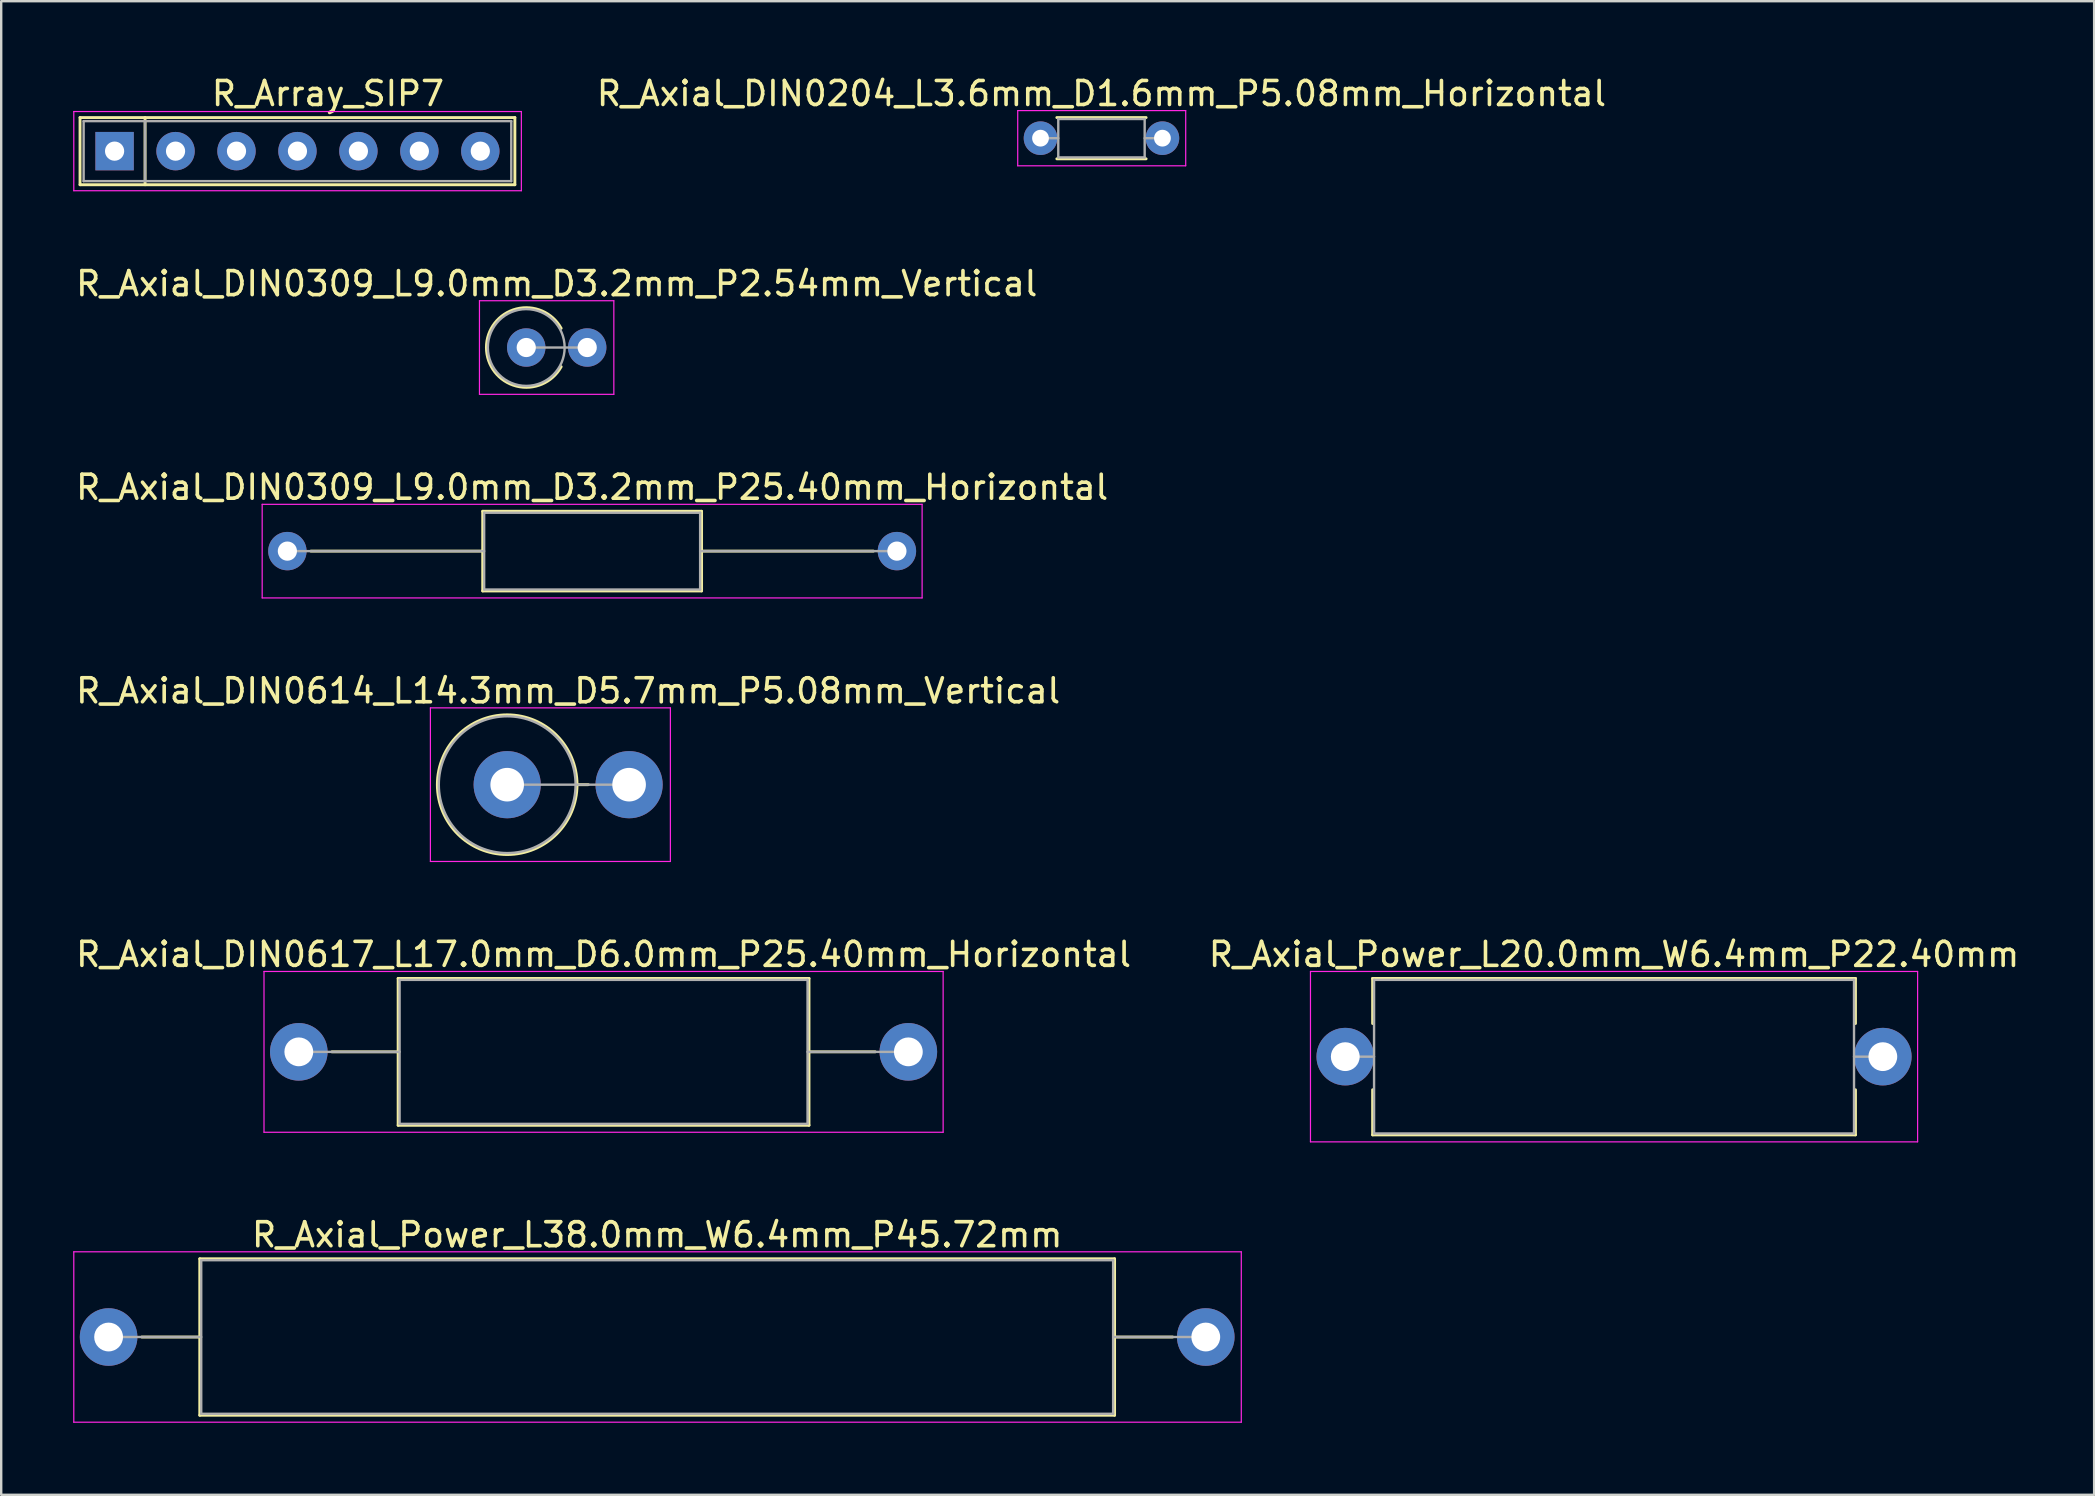
<source format=kicad_pcb>
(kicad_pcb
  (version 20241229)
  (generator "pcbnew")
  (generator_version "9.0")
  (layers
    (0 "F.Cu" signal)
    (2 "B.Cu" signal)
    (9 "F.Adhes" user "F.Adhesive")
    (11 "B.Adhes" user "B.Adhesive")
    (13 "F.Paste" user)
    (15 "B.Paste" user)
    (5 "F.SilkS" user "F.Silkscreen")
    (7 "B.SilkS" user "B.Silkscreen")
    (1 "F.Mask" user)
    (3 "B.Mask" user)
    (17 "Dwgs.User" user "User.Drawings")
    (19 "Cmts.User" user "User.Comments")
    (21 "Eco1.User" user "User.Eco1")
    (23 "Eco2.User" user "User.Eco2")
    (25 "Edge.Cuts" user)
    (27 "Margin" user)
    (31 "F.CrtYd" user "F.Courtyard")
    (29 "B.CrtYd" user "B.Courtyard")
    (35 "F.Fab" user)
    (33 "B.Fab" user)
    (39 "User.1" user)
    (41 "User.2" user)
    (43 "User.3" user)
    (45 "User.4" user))
  (footprint "R_Axial_Power_L20.0mm_W6.4mm_P22.40mm"
    (layer "F.Cu")
    (at 53.008 40.981)
    (property "Reference" "R_Axial_Power_L20.0mm_W6.4mm_P22.40mm" (at 11.2 -4.26 0) (layer "F.SilkS") (effects (font (size 1 1) (thickness 0.15))))
    (attr through_hole)
    (fp_line (start 1.14 -3.26) (end 21.26 -3.26) (stroke (width 0.12) (type solid)) (layer "F.SilkS"))
    (fp_line (start 1.14 -1.38) (end 1.14 -3.26) (stroke (width 0.12) (type solid)) (layer "F.SilkS"))
    (fp_line (start 1.14 1.38) (end 1.14 3.26) (stroke (width 0.12) (type solid)) (layer "F.SilkS"))
    (fp_line (start 1.14 3.26) (end 21.26 3.26) (stroke (width 0.12) (type solid)) (layer "F.SilkS"))
    (fp_line (start 21.26 -3.26) (end 21.26 -1.38) (stroke (width 0.12) (type solid)) (layer "F.SilkS"))
    (fp_line (start 21.26 3.26) (end 21.26 1.38) (stroke (width 0.12) (type solid)) (layer "F.SilkS"))
    (fp_line (start -1.45 -3.55) (end -1.45 3.55) (stroke (width 0.05) (type solid)) (layer "F.CrtYd"))
    (fp_line (start -1.45 3.55) (end 23.85 3.55) (stroke (width 0.05) (type solid)) (layer "F.CrtYd"))
    (fp_line (start 23.85 -3.55) (end -1.45 -3.55) (stroke (width 0.05) (type solid)) (layer "F.CrtYd"))
    (fp_line (start 23.85 3.55) (end 23.85 -3.55) (stroke (width 0.05) (type solid)) (layer "F.CrtYd"))
    (fp_line (start 0 0) (end 1.2 0) (stroke (width 0.1) (type solid)) (layer "F.Fab"))
    (fp_line (start 1.2 -3.2) (end 1.2 3.2) (stroke (width 0.1) (type solid)) (layer "F.Fab"))
    (fp_line (start 1.2 3.2) (end 21.2 3.2) (stroke (width 0.1) (type solid)) (layer "F.Fab"))
    (fp_line (start 21.2 -3.2) (end 1.2 -3.2) (stroke (width 0.1) (type solid)) (layer "F.Fab"))
    (fp_line (start 21.2 3.2) (end 21.2 -3.2) (stroke (width 0.1) (type solid)) (layer "F.Fab"))
    (fp_line (start 22.4 0) (end 21.2 0) (stroke (width 0.1) (type solid)) (layer "F.Fab"))
    (pad "1" thru_hole circle (at 0 0) (size 2.4 2.4) (drill 1.2) (layers "*.Cu" "*.Mask"))
    (pad "2" thru_hole oval (at 22.4 0) (size 2.4 2.4) (drill 1.2) (layers "*.Cu" "*.Mask")))
  (footprint "R_Array_SIP7"
    (layer "F.Cu")
    (at 1.725 3.248)
    (property "Reference" "R_Array_SIP7" (at 8.89 -2.4 0) (layer "F.SilkS") (effects (font (size 1 1) (thickness 0.15))))
    (attr through_hole)
    (fp_line (start -1.44 -1.4) (end -1.44 1.4) (stroke (width 0.12) (type solid)) (layer "F.SilkS"))
    (fp_line (start -1.44 1.4) (end 16.68 1.4) (stroke (width 0.12) (type solid)) (layer "F.SilkS"))
    (fp_line (start 1.27 -1.4) (end 1.27 1.4) (stroke (width 0.12) (type solid)) (layer "F.SilkS"))
    (fp_line (start 16.68 -1.4) (end -1.44 -1.4) (stroke (width 0.12) (type solid)) (layer "F.SilkS"))
    (fp_line (start 16.68 1.4) (end 16.68 -1.4) (stroke (width 0.12) (type solid)) (layer "F.SilkS"))
    (fp_line (start -1.7 -1.65) (end -1.7 1.65) (stroke (width 0.05) (type solid)) (layer "F.CrtYd"))
    (fp_line (start -1.7 1.65) (end 16.95 1.65) (stroke (width 0.05) (type solid)) (layer "F.CrtYd"))
    (fp_line (start 16.95 -1.65) (end -1.7 -1.65) (stroke (width 0.05) (type solid)) (layer "F.CrtYd"))
    (fp_line (start 16.95 1.65) (end 16.95 -1.65) (stroke (width 0.05) (type solid)) (layer "F.CrtYd"))
    (fp_line (start -1.29 -1.25) (end -1.29 1.25) (stroke (width 0.1) (type solid)) (layer "F.Fab"))
    (fp_line (start -1.29 1.25) (end 16.53 1.25) (stroke (width 0.1) (type solid)) (layer "F.Fab"))
    (fp_line (start 1.27 -1.25) (end 1.27 1.25) (stroke (width 0.1) (type solid)) (layer "F.Fab"))
    (fp_line (start 16.53 -1.25) (end -1.29 -1.25) (stroke (width 0.1) (type solid)) (layer "F.Fab"))
    (fp_line (start 16.53 1.25) (end 16.53 -1.25) (stroke (width 0.1) (type solid)) (layer "F.Fab"))
    (pad "1" thru_hole rect (at 0 0) (size 1.6 1.6) (drill 0.8) (layers "*.Cu" "*.Mask"))
    (pad "2" thru_hole oval (at 2.54 0) (size 1.6 1.6) (drill 0.8) (layers "*.Cu" "*.Mask"))
    (pad "3" thru_hole oval (at 5.08 0) (size 1.6 1.6) (drill 0.8) (layers "*.Cu" "*.Mask"))
    (pad "4" thru_hole oval (at 7.62 0) (size 1.6 1.6) (drill 0.8) (layers "*.Cu" "*.Mask"))
    (pad "5" thru_hole oval (at 10.16 0) (size 1.6 1.6) (drill 0.8) (layers "*.Cu" "*.Mask"))
    (pad "6" thru_hole oval (at 12.7 0) (size 1.6 1.6) (drill 0.8) (layers "*.Cu" "*.Mask"))
    (pad "7" thru_hole oval (at 15.24 0) (size 1.6 1.6) (drill 0.8) (layers "*.Cu" "*.Mask")))
  (footprint "R_Axial_Power_L38.0mm_W6.4mm_P45.72mm"
    (layer "F.Cu")
    (at 1.475 52.664)
    (property "Reference" "R_Axial_Power_L38.0mm_W6.4mm_P45.72mm" (at 22.86 -4.26 0) (layer "F.SilkS") (effects (font (size 1 1) (thickness 0.15))))
    (attr through_hole)
    (fp_line (start 1.38 0) (end 3.8 0) (stroke (width 0.12) (type solid)) (layer "F.SilkS"))
    (fp_line (start 3.8 -3.26) (end 3.8 3.26) (stroke (width 0.12) (type solid)) (layer "F.SilkS"))
    (fp_line (start 3.8 3.26) (end 41.92 3.26) (stroke (width 0.12) (type solid)) (layer "F.SilkS"))
    (fp_line (start 41.92 -3.26) (end 3.8 -3.26) (stroke (width 0.12) (type solid)) (layer "F.SilkS"))
    (fp_line (start 41.92 3.26) (end 41.92 -3.26) (stroke (width 0.12) (type solid)) (layer "F.SilkS"))
    (fp_line (start 44.34 0) (end 41.92 0) (stroke (width 0.12) (type solid)) (layer "F.SilkS"))
    (fp_line (start -1.45 -3.55) (end -1.45 3.55) (stroke (width 0.05) (type solid)) (layer "F.CrtYd"))
    (fp_line (start -1.45 3.55) (end 47.2 3.55) (stroke (width 0.05) (type solid)) (layer "F.CrtYd"))
    (fp_line (start 47.2 -3.55) (end -1.45 -3.55) (stroke (width 0.05) (type solid)) (layer "F.CrtYd"))
    (fp_line (start 47.2 3.55) (end 47.2 -3.55) (stroke (width 0.05) (type solid)) (layer "F.CrtYd"))
    (fp_line (start 0 0) (end 3.86 0) (stroke (width 0.1) (type solid)) (layer "F.Fab"))
    (fp_line (start 3.86 -3.2) (end 3.86 3.2) (stroke (width 0.1) (type solid)) (layer "F.Fab"))
    (fp_line (start 3.86 3.2) (end 41.86 3.2) (stroke (width 0.1) (type solid)) (layer "F.Fab"))
    (fp_line (start 41.86 -3.2) (end 3.86 -3.2) (stroke (width 0.1) (type solid)) (layer "F.Fab"))
    (fp_line (start 41.86 3.2) (end 41.86 -3.2) (stroke (width 0.1) (type solid)) (layer "F.Fab"))
    (fp_line (start 45.72 0) (end 41.86 0) (stroke (width 0.1) (type solid)) (layer "F.Fab"))
    (pad "1" thru_hole circle (at 0 0) (size 2.4 2.4) (drill 1.2) (layers "*.Cu" "*.Mask"))
    (pad "2" thru_hole oval (at 45.72 0) (size 2.4 2.4) (drill 1.2) (layers "*.Cu" "*.Mask")))
  (footprint "R_Axial_DIN0617_L17.0mm_D6.0mm_P25.40mm_Horizontal"
    (layer "F.Cu")
    (at 9.401 40.781)
    (property "Reference" "R_Axial_DIN0617_L17.0mm_D6.0mm_P25.40mm_Horizontal" (at 12.7 -4.06 0) (layer "F.SilkS") (effects (font (size 1 1) (thickness 0.15))))
    (attr through_hole)
    (fp_line (start 1.38 0) (end 4.14 0) (stroke (width 0.12) (type solid)) (layer "F.SilkS"))
    (fp_line (start 4.14 -3.06) (end 4.14 3.06) (stroke (width 0.12) (type solid)) (layer "F.SilkS"))
    (fp_line (start 4.14 3.06) (end 21.26 3.06) (stroke (width 0.12) (type solid)) (layer "F.SilkS"))
    (fp_line (start 21.26 -3.06) (end 4.14 -3.06) (stroke (width 0.12) (type solid)) (layer "F.SilkS"))
    (fp_line (start 21.26 3.06) (end 21.26 -3.06) (stroke (width 0.12) (type solid)) (layer "F.SilkS"))
    (fp_line (start 24.02 0) (end 21.26 0) (stroke (width 0.12) (type solid)) (layer "F.SilkS"))
    (fp_line (start -1.45 -3.35) (end -1.45 3.35) (stroke (width 0.05) (type solid)) (layer "F.CrtYd"))
    (fp_line (start -1.45 3.35) (end 26.85 3.35) (stroke (width 0.05) (type solid)) (layer "F.CrtYd"))
    (fp_line (start 26.85 -3.35) (end -1.45 -3.35) (stroke (width 0.05) (type solid)) (layer "F.CrtYd"))
    (fp_line (start 26.85 3.35) (end 26.85 -3.35) (stroke (width 0.05) (type solid)) (layer "F.CrtYd"))
    (fp_line (start 0 0) (end 4.2 0) (stroke (width 0.1) (type solid)) (layer "F.Fab"))
    (fp_line (start 4.2 -3) (end 4.2 3) (stroke (width 0.1) (type solid)) (layer "F.Fab"))
    (fp_line (start 4.2 3) (end 21.2 3) (stroke (width 0.1) (type solid)) (layer "F.Fab"))
    (fp_line (start 21.2 -3) (end 4.2 -3) (stroke (width 0.1) (type solid)) (layer "F.Fab"))
    (fp_line (start 21.2 3) (end 21.2 -3) (stroke (width 0.1) (type solid)) (layer "F.Fab"))
    (fp_line (start 25.4 0) (end 21.2 0) (stroke (width 0.1) (type solid)) (layer "F.Fab"))
    (pad "1" thru_hole circle (at 0 0) (size 2.4 2.4) (drill 1.2) (layers "*.Cu" "*.Mask"))
    (pad "2" thru_hole oval (at 25.4 0) (size 2.4 2.4) (drill 1.2) (layers "*.Cu" "*.Mask")))
  (footprint "R_Axial_DIN0204_L3.6mm_D1.6mm_P5.08mm_Horizontal"
    (layer "F.Cu")
    (at 40.309 2.708)
    (property "Reference" "R_Axial_DIN0204_L3.6mm_D1.6mm_P5.08mm_Horizontal" (at 2.54 -1.86 0) (layer "F.SilkS") (effects (font (size 1 1) (thickness 0.15))))
    (attr through_hole)
    (fp_line (start 0.68 -0.86) (end 4.4 -0.86) (stroke (width 0.12) (type solid)) (layer "F.SilkS"))
    (fp_line (start 0.68 0.86) (end 4.4 0.86) (stroke (width 0.12) (type solid)) (layer "F.SilkS"))
    (fp_line (start -0.95 -1.15) (end -0.95 1.15) (stroke (width 0.05) (type solid)) (layer "F.CrtYd"))
    (fp_line (start -0.95 1.15) (end 6.05 1.15) (stroke (width 0.05) (type solid)) (layer "F.CrtYd"))
    (fp_line (start 6.05 -1.15) (end -0.95 -1.15) (stroke (width 0.05) (type solid)) (layer "F.CrtYd"))
    (fp_line (start 6.05 1.15) (end 6.05 -1.15) (stroke (width 0.05) (type solid)) (layer "F.CrtYd"))
    (fp_line (start 0 0) (end 0.74 0) (stroke (width 0.1) (type solid)) (layer "F.Fab"))
    (fp_line (start 0.74 -0.8) (end 0.74 0.8) (stroke (width 0.1) (type solid)) (layer "F.Fab"))
    (fp_line (start 0.74 0.8) (end 4.34 0.8) (stroke (width 0.1) (type solid)) (layer "F.Fab"))
    (fp_line (start 4.34 -0.8) (end 0.74 -0.8) (stroke (width 0.1) (type solid)) (layer "F.Fab"))
    (fp_line (start 4.34 0.8) (end 4.34 -0.8) (stroke (width 0.1) (type solid)) (layer "F.Fab"))
    (fp_line (start 5.08 0) (end 4.34 0) (stroke (width 0.1) (type solid)) (layer "F.Fab"))
    (pad "1" thru_hole circle (at 0 0) (size 1.4 1.4) (drill 0.7) (layers "*.Cu" "*.Mask"))
    (pad "2" thru_hole oval (at 5.08 0) (size 1.4 1.4) (drill 0.7) (layers "*.Cu" "*.Mask")))
  (footprint "R_Axial_DIN0309_L9.0mm_D3.2mm_P25.40mm_Horizontal"
    (layer "F.Cu")
    (at 8.925 19.915)
    (property "Reference" "R_Axial_DIN0309_L9.0mm_D3.2mm_P25.40mm_Horizontal" (at 12.7 -2.66 0) (layer "F.SilkS") (effects (font (size 1 1) (thickness 0.15))))
    (attr through_hole)
    (fp_line (start 0.98 0) (end 8.14 0) (stroke (width 0.12) (type solid)) (layer "F.SilkS"))
    (fp_line (start 8.14 -1.66) (end 8.14 1.66) (stroke (width 0.12) (type solid)) (layer "F.SilkS"))
    (fp_line (start 8.14 1.66) (end 17.26 1.66) (stroke (width 0.12) (type solid)) (layer "F.SilkS"))
    (fp_line (start 17.26 -1.66) (end 8.14 -1.66) (stroke (width 0.12) (type solid)) (layer "F.SilkS"))
    (fp_line (start 17.26 1.66) (end 17.26 -1.66) (stroke (width 0.12) (type solid)) (layer "F.SilkS"))
    (fp_line (start 24.42 0) (end 17.26 0) (stroke (width 0.12) (type solid)) (layer "F.SilkS"))
    (fp_line (start -1.05 -1.95) (end -1.05 1.95) (stroke (width 0.05) (type solid)) (layer "F.CrtYd"))
    (fp_line (start -1.05 1.95) (end 26.45 1.95) (stroke (width 0.05) (type solid)) (layer "F.CrtYd"))
    (fp_line (start 26.45 -1.95) (end -1.05 -1.95) (stroke (width 0.05) (type solid)) (layer "F.CrtYd"))
    (fp_line (start 26.45 1.95) (end 26.45 -1.95) (stroke (width 0.05) (type solid)) (layer "F.CrtYd"))
    (fp_line (start 0 0) (end 8.2 0) (stroke (width 0.1) (type solid)) (layer "F.Fab"))
    (fp_line (start 8.2 -1.6) (end 8.2 1.6) (stroke (width 0.1) (type solid)) (layer "F.Fab"))
    (fp_line (start 8.2 1.6) (end 17.2 1.6) (stroke (width 0.1) (type solid)) (layer "F.Fab"))
    (fp_line (start 17.2 -1.6) (end 8.2 -1.6) (stroke (width 0.1) (type solid)) (layer "F.Fab"))
    (fp_line (start 17.2 1.6) (end 17.2 -1.6) (stroke (width 0.1) (type solid)) (layer "F.Fab"))
    (fp_line (start 25.4 0) (end 17.2 0) (stroke (width 0.1) (type solid)) (layer "F.Fab"))
    (pad "1" thru_hole circle (at 0 0) (size 1.6 1.6) (drill 0.8) (layers "*.Cu" "*.Mask"))
    (pad "2" thru_hole oval (at 25.4 0) (size 1.6 1.6) (drill 0.8) (layers "*.Cu" "*.Mask")))
  (footprint "R_Axial_DIN0614_L14.3mm_D5.7mm_P5.08mm_Vertical"
    (layer "F.Cu")
    (at 18.085 29.648)
    (property "Reference" "R_Axial_DIN0614_L14.3mm_D5.7mm_P5.08mm_Vertical" (at 2.54 -3.91 0) (layer "F.SilkS") (effects (font (size 1 1) (thickness 0.15))))
    (attr through_hole)
    (fp_line (start 2.91 0) (end 3.38 0) (stroke (width 0.12) (type solid)) (layer "F.SilkS"))
    (fp_circle (center 0 0) (end 2.91 0) (stroke (width 0.12) (type solid)) (fill no) (layer "F.SilkS"))
    (fp_line (start -3.2 -3.2) (end -3.2 3.2) (stroke (width 0.05) (type solid)) (layer "F.CrtYd"))
    (fp_line (start -3.2 3.2) (end 6.8 3.2) (stroke (width 0.05) (type solid)) (layer "F.CrtYd"))
    (fp_line (start 6.8 -3.2) (end -3.2 -3.2) (stroke (width 0.05) (type solid)) (layer "F.CrtYd"))
    (fp_line (start 6.8 3.2) (end 6.8 -3.2) (stroke (width 0.05) (type solid)) (layer "F.CrtYd"))
    (fp_line (start 0 0) (end 5.08 0) (stroke (width 0.1) (type solid)) (layer "F.Fab"))
    (fp_circle (center 0 0) (end 2.85 0) (stroke (width 0.1) (type solid)) (fill no) (layer "F.Fab"))
    (pad "1" thru_hole circle (at 0 0) (size 2.8 2.8) (drill 1.4) (layers "*.Cu" "*.Mask"))
    (pad "2" thru_hole oval (at 5.08 0) (size 2.8 2.8) (drill 1.4) (layers "*.Cu" "*.Mask")))
  (footprint "R_Axial_DIN0309_L9.0mm_D3.2mm_P2.54mm_Vertical"
    (layer "F.Cu")
    (at 18.879 11.431)
    (property "Reference" "R_Axial_DIN0309_L9.0mm_D3.2mm_P2.54mm_Vertical" (at 1.27 -2.66 0) (layer "F.SilkS") (effects (font (size 1 1) (thickness 0.15))))
    (attr through_hole)
    (fp_arc (start 1.454828 0.799422) (mid -1.66 0.00033) (end 1.45451 -0.8) (stroke (width 0.12) (type solid)) (layer "F.SilkS"))
    (fp_line (start -1.95 -1.95) (end -1.95 1.95) (stroke (width 0.05) (type solid)) (layer "F.CrtYd"))
    (fp_line (start -1.95 1.95) (end 3.65 1.95) (stroke (width 0.05) (type solid)) (layer "F.CrtYd"))
    (fp_line (start 3.65 -1.95) (end -1.95 -1.95) (stroke (width 0.05) (type solid)) (layer "F.CrtYd"))
    (fp_line (start 3.65 1.95) (end 3.65 -1.95) (stroke (width 0.05) (type solid)) (layer "F.CrtYd"))
    (fp_line (start 0 0) (end 2.54 0) (stroke (width 0.1) (type solid)) (layer "F.Fab"))
    (fp_circle (center 0 0) (end 1.6 0) (stroke (width 0.1) (type solid)) (fill no) (layer "F.Fab"))
    (pad "1" thru_hole circle (at 0 0) (size 1.6 1.6) (drill 0.8) (layers "*.Cu" "*.Mask"))
    (pad "2" thru_hole oval (at 2.54 0) (size 1.6 1.6) (drill 0.8) (layers "*.Cu" "*.Mask")))
  (gr_rect
    (start -3 -3)
    (end 84.214 59.239)
    (stroke (width 0.1) (type default))
    (fill no)
    (layer "Edge.Cuts")))
</source>
